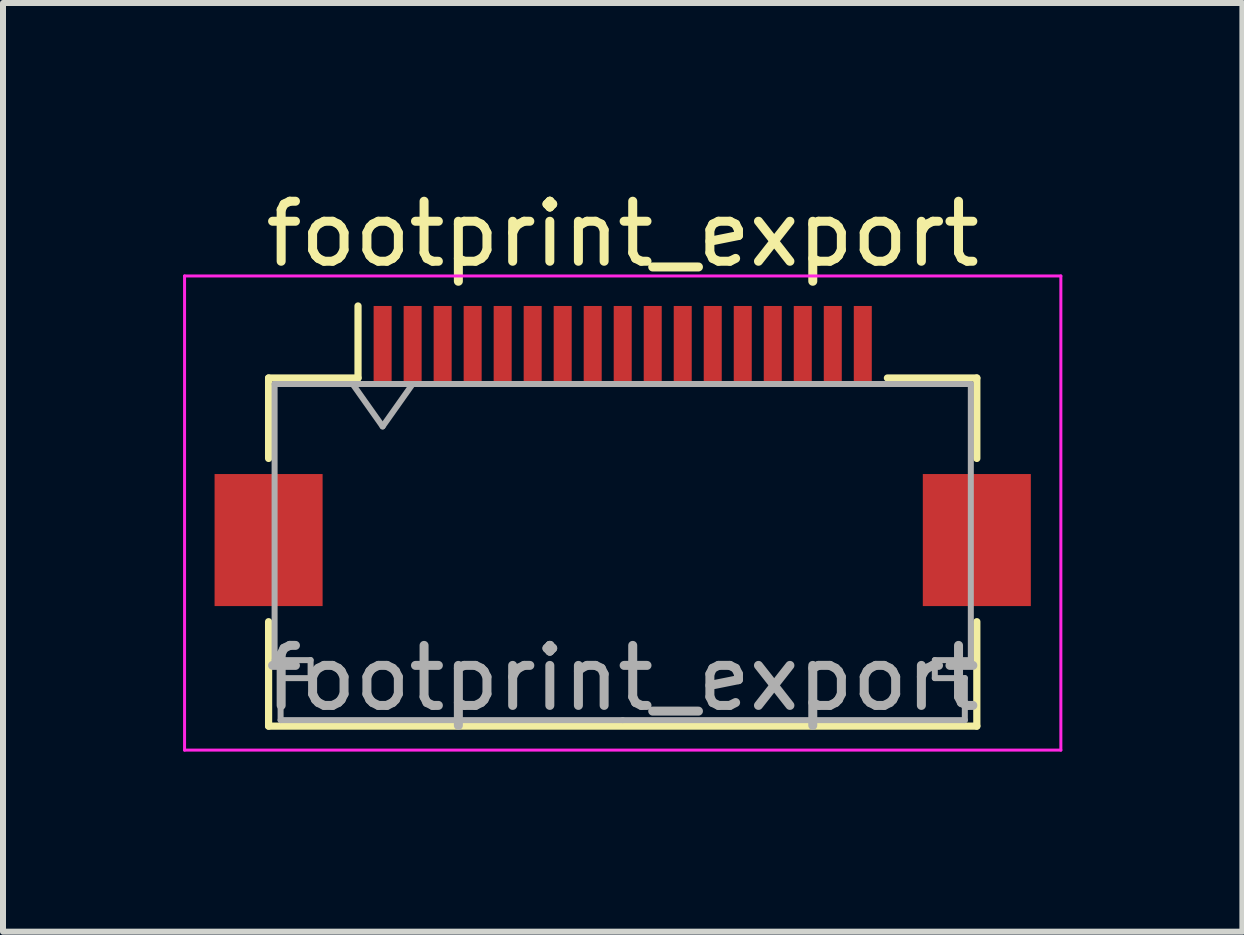
<source format=kicad_pcb>
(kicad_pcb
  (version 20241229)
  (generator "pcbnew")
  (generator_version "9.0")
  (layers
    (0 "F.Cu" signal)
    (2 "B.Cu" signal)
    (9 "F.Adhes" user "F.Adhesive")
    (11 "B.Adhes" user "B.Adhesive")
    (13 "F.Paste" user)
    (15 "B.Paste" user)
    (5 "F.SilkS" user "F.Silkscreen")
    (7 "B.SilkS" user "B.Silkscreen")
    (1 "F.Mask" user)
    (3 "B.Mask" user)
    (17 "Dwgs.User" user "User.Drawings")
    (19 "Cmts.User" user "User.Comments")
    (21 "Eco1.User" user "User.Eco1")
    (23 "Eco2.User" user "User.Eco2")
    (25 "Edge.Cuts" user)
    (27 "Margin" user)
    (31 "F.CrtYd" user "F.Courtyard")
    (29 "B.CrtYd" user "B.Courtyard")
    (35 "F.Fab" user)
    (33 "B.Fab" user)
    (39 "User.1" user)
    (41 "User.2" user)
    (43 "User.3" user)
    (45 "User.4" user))
  (footprint "footprint_export"
    (layer "F.Cu")
    (at 7.325 4.548)
    (property "Reference" "footprint_export" (at 0 -3.7 0) (layer "F.SilkS") (effects (font (size 1 1) (thickness 0.15))))
    (attr smd)
    (fp_line (start -5.9 -1.3) (end -5.9 0.04) (stroke (width 0.12) (type solid)) (layer "F.SilkS"))
    (fp_line (start -5.9 2.76) (end -5.9 4.5) (stroke (width 0.12) (type solid)) (layer "F.SilkS"))
    (fp_line (start -5.9 4.5) (end 5.9 4.5) (stroke (width 0.12) (type solid)) (layer "F.SilkS"))
    (fp_line (start -4.41 -1.3) (end -5.9 -1.3) (stroke (width 0.12) (type solid)) (layer "F.SilkS"))
    (fp_line (start -4.41 -1.3) (end -4.41 -2.5) (stroke (width 0.12) (type solid)) (layer "F.SilkS"))
    (fp_line (start 4.41 -1.3) (end 5.9 -1.3) (stroke (width 0.12) (type solid)) (layer "F.SilkS"))
    (fp_line (start 5.9 -1.3) (end 5.9 0.04) (stroke (width 0.12) (type solid)) (layer "F.SilkS"))
    (fp_line (start 5.9 4.5) (end 5.9 2.76) (stroke (width 0.12) (type solid)) (layer "F.SilkS"))
    (fp_line (start -7.3 -3) (end -7.3 4.9) (stroke (width 0.05) (type solid)) (layer "F.CrtYd"))
    (fp_line (start -7.3 4.9) (end 7.3 4.9) (stroke (width 0.05) (type solid)) (layer "F.CrtYd"))
    (fp_line (start 7.3 -3) (end -7.3 -3) (stroke (width 0.05) (type solid)) (layer "F.CrtYd"))
    (fp_line (start 7.3 4.9) (end 7.3 -3) (stroke (width 0.05) (type solid)) (layer "F.CrtYd"))
    (fp_line (start -5.8 -1.2) (end -5.8 3.4) (stroke (width 0.1) (type solid)) (layer "F.Fab"))
    (fp_line (start -5.8 3.4) (end -5.2 3.4) (stroke (width 0.1) (type solid)) (layer "F.Fab"))
    (fp_line (start -5.7 3.7) (end -5.7 4.4) (stroke (width 0.1) (type solid)) (layer "F.Fab"))
    (fp_line (start -5.7 4.4) (end 0 4.4) (stroke (width 0.1) (type solid)) (layer "F.Fab"))
    (fp_line (start -5.2 3.4) (end -5.2 3.7) (stroke (width 0.1) (type solid)) (layer "F.Fab"))
    (fp_line (start -5.2 3.7) (end -5.7 3.7) (stroke (width 0.1) (type solid)) (layer "F.Fab"))
    (fp_line (start -4.5 -1.2) (end -4 -0.493) (stroke (width 0.1) (type solid)) (layer "F.Fab"))
    (fp_line (start -4 -0.493) (end -3.5 -1.2) (stroke (width 0.1) (type solid)) (layer "F.Fab"))
    (fp_line (start 0 -1.2) (end -5.8 -1.2) (stroke (width 0.1) (type solid)) (layer "F.Fab"))
    (fp_line (start 0 -1.2) (end 5.8 -1.2) (stroke (width 0.1) (type solid)) (layer "F.Fab"))
    (fp_line (start 5.2 3.4) (end 5.2 3.7) (stroke (width 0.1) (type solid)) (layer "F.Fab"))
    (fp_line (start 5.2 3.7) (end 5.7 3.7) (stroke (width 0.1) (type solid)) (layer "F.Fab"))
    (fp_line (start 5.7 3.7) (end 5.7 4.4) (stroke (width 0.1) (type solid)) (layer "F.Fab"))
    (fp_line (start 5.7 4.4) (end 0 4.4) (stroke (width 0.1) (type solid)) (layer "F.Fab"))
    (fp_line (start 5.8 -1.2) (end 5.8 3.4) (stroke (width 0.1) (type solid)) (layer "F.Fab"))
    (fp_line (start 5.8 3.4) (end 5.2 3.4) (stroke (width 0.1) (type solid)) (layer "F.Fab"))
    (fp_text user "${REFERENCE}" (at 0 3.7 0) (layer "F.Fab") (effects (font (size 1 1) (thickness 0.15))))
    (pad "1" smd rect (at -4 -1.85) (size 0.3 1.3) (layers "F.Cu" "F.Mask" "F.Paste"))
    (pad "2" smd rect (at -3.5 -1.85) (size 0.3 1.3) (layers "F.Cu" "F.Mask" "F.Paste"))
    (pad "3" smd rect (at -3 -1.85) (size 0.3 1.3) (layers "F.Cu" "F.Mask" "F.Paste"))
    (pad "4" smd rect (at -2.5 -1.85) (size 0.3 1.3) (layers "F.Cu" "F.Mask" "F.Paste"))
    (pad "5" smd rect (at -2 -1.85) (size 0.3 1.3) (layers "F.Cu" "F.Mask" "F.Paste"))
    (pad "6" smd rect (at -1.5 -1.85) (size 0.3 1.3) (layers "F.Cu" "F.Mask" "F.Paste"))
    (pad "7" smd rect (at -1 -1.85) (size 0.3 1.3) (layers "F.Cu" "F.Mask" "F.Paste"))
    (pad "8" smd rect (at -0.5 -1.85) (size 0.3 1.3) (layers "F.Cu" "F.Mask" "F.Paste"))
    (pad "9" smd rect (at 0 -1.85) (size 0.3 1.3) (layers "F.Cu" "F.Mask" "F.Paste"))
    (pad "10" smd rect (at 0.5 -1.85) (size 0.3 1.3) (layers "F.Cu" "F.Mask" "F.Paste"))
    (pad "11" smd rect (at 1 -1.85) (size 0.3 1.3) (layers "F.Cu" "F.Mask" "F.Paste"))
    (pad "12" smd rect (at 1.5 -1.85) (size 0.3 1.3) (layers "F.Cu" "F.Mask" "F.Paste"))
    (pad "13" smd rect (at 2 -1.85) (size 0.3 1.3) (layers "F.Cu" "F.Mask" "F.Paste"))
    (pad "14" smd rect (at 2.5 -1.85) (size 0.3 1.3) (layers "F.Cu" "F.Mask" "F.Paste"))
    (pad "15" smd rect (at 3 -1.85) (size 0.3 1.3) (layers "F.Cu" "F.Mask" "F.Paste"))
    (pad "16" smd rect (at 3.5 -1.85) (size 0.3 1.3) (layers "F.Cu" "F.Mask" "F.Paste"))
    (pad "17" smd rect (at 4 -1.85) (size 0.3 1.3) (layers "F.Cu" "F.Mask" "F.Paste"))
    (pad "MP" smd rect (at -5.9 1.4) (size 1.8 2.2) (layers "F.Cu" "F.Mask" "F.Paste"))
    (pad "MP" smd rect (at 5.9 1.4) (size 1.8 2.2) (layers "F.Cu" "F.Mask" "F.Paste")))
  (gr_rect
    (start -3 -3)
    (end 17.65 12.473)
    (stroke (width 0.1) (type default))
    (fill no)
    (layer "Edge.Cuts")))
</source>
